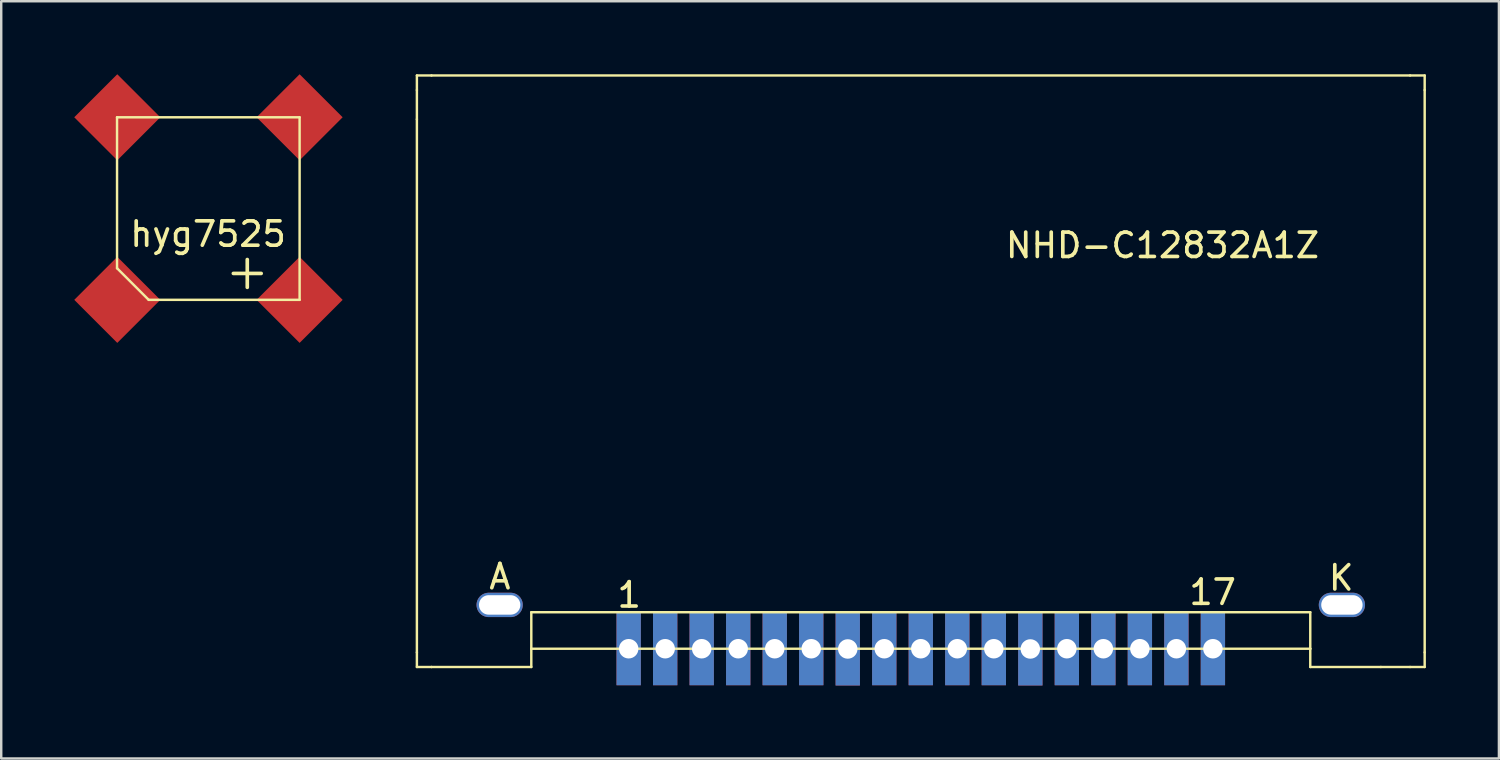
<source format=kicad_pcb>
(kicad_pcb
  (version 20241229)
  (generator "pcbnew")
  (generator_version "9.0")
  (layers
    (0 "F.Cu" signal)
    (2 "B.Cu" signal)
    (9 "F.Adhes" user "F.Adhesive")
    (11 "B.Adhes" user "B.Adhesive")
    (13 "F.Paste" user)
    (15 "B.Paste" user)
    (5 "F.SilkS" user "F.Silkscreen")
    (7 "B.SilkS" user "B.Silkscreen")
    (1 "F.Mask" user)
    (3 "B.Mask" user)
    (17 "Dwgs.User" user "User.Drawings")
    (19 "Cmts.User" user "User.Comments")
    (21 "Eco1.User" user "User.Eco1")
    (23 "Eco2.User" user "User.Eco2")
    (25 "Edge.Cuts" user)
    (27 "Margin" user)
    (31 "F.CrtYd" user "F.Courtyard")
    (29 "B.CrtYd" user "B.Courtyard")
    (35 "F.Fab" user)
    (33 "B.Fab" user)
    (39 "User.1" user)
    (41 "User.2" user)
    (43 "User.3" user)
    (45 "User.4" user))
  (footprint "hyg7525"
    (layer "F.Cu")
    (at 5.508 5.518)
    (property "Reference" "hyg7525" (at -0.01 1.05 0) (layer "F.SilkS") (effects (font (size 1 1) (thickness 0.15))))
    (attr through_hole)
    (fp_line (start -3.75 -3.75) (end 3.75 -3.75) (stroke (width 0.1) (type solid)) (layer "F.SilkS"))
    (fp_line (start -3.75 2.45) (end -3.75 -3.75) (stroke (width 0.1) (type solid)) (layer "F.SilkS"))
    (fp_line (start -2.45 3.75) (end -3.75 2.45) (stroke (width 0.1) (type solid)) (layer "F.SilkS"))
    (fp_line (start 3.75 -3.75) (end 3.75 3.75) (stroke (width 0.1) (type solid)) (layer "F.SilkS"))
    (fp_line (start 3.75 3.75) (end -2.45 3.75) (stroke (width 0.1) (type solid)) (layer "F.SilkS"))
    (fp_text user "+" (at 1.6 2.55 0) (layer "F.SilkS") (effects (font (size 1.5 1.5) (thickness 0.15))))
    (pad "" smd rect (at -3.74 -3.75 45) (size 2.5 2.5) (layers "F.Cu" "F.Mask" "F.Paste"))
    (pad "" smd rect (at -3.74 3.75 45) (size 2.5 2.5) (layers "F.Cu" "F.Mask" "F.Paste"))
    (pad "1" smd rect (at 3.75 3.75 45) (size 2.5 2.5) (layers "F.Cu" "F.Mask" "F.Paste"))
    (pad "2" smd rect (at 3.75 -3.75 45) (size 2.5 2.5) (layers "F.Cu" "F.Mask" "F.Paste")))
  (footprint "NHD-C12832A1Z"
    (layer "F.Cu")
    (at 34.776 12.2)
    (property "Reference" "NHD-C12832A1Z" (at 9.93 -5.17 0) (layer "F.SilkS") (effects (font (size 1 1) (thickness 0.15))))
    (attr through_hole)
    (fp_line (start -20.7 -12.15) (end -20.1 -12.15) (stroke (width 0.1) (type solid)) (layer "F.SilkS"))
    (fp_line (start -20.7 -11.55) (end -20.7 -12.15) (stroke (width 0.1) (type solid)) (layer "F.SilkS"))
    (fp_line (start -20.7 -10.35) (end -20.7 -11.55) (stroke (width 0.1) (type solid)) (layer "F.SilkS"))
    (fp_line (start -20.7 11.55) (end -20.7 -10.35) (stroke (width 0.1) (type solid)) (layer "F.SilkS"))
    (fp_line (start -20.7 12.15) (end -20.7 11.55) (stroke (width 0.1) (type solid)) (layer "F.SilkS"))
    (fp_line (start -20.1 -12.15) (end 20.1 -12.15) (stroke (width 0.1) (type solid)) (layer "F.SilkS"))
    (fp_line (start -20.1 12.15) (end -20.7 12.15) (stroke (width 0.1) (type solid)) (layer "F.SilkS"))
    (fp_line (start -16 9.9) (end -16 11.4) (stroke (width 0.1) (type solid)) (layer "F.SilkS"))
    (fp_line (start -16 11.4) (end -16 12.15) (stroke (width 0.1) (type solid)) (layer "F.SilkS"))
    (fp_line (start -16 12.15) (end -20.1 12.15) (stroke (width 0.1) (type solid)) (layer "F.SilkS"))
    (fp_line (start -12 11.4) (end -16 11.4) (stroke (width 0.1) (type solid)) (layer "F.SilkS"))
    (fp_line (start -10.5 11.4) (end -12 11.4) (stroke (width 0.1) (type solid)) (layer "F.SilkS"))
    (fp_line (start -9 11.4) (end -10.5 11.4) (stroke (width 0.1) (type solid)) (layer "F.SilkS"))
    (fp_line (start -7.5 11.4) (end -9 11.4) (stroke (width 0.1) (type solid)) (layer "F.SilkS"))
    (fp_line (start -6 11.4) (end -7.5 11.4) (stroke (width 0.1) (type solid)) (layer "F.SilkS"))
    (fp_line (start -4.5 11.4) (end -6 11.4) (stroke (width 0.1) (type solid)) (layer "F.SilkS"))
    (fp_line (start -3 11.4) (end -4.5 11.4) (stroke (width 0.1) (type solid)) (layer "F.SilkS"))
    (fp_line (start -1.5 11.4) (end -3 11.4) (stroke (width 0.1) (type solid)) (layer "F.SilkS"))
    (fp_line (start 0 11.4) (end -1.5 11.4) (stroke (width 0.1) (type solid)) (layer "F.SilkS"))
    (fp_line (start 1.5 11.4) (end 0 11.4) (stroke (width 0.1) (type solid)) (layer "F.SilkS"))
    (fp_line (start 3 11.4) (end 1.5 11.4) (stroke (width 0.1) (type solid)) (layer "F.SilkS"))
    (fp_line (start 4.5 11.4) (end 3 11.4) (stroke (width 0.1) (type solid)) (layer "F.SilkS"))
    (fp_line (start 6 11.4) (end 4.5 11.4) (stroke (width 0.1) (type solid)) (layer "F.SilkS"))
    (fp_line (start 7.5 11.4) (end 6 11.4) (stroke (width 0.1) (type solid)) (layer "F.SilkS"))
    (fp_line (start 9 11.4) (end 7.5 11.4) (stroke (width 0.1) (type solid)) (layer "F.SilkS"))
    (fp_line (start 10.5 11.4) (end 9 11.4) (stroke (width 0.1) (type solid)) (layer "F.SilkS"))
    (fp_line (start 12 11.4) (end 10.5 11.4) (stroke (width 0.1) (type solid)) (layer "F.SilkS"))
    (fp_line (start 16 9.9) (end -16 9.9) (stroke (width 0.1) (type solid)) (layer "F.SilkS"))
    (fp_line (start 16 11.4) (end 12 11.4) (stroke (width 0.1) (type solid)) (layer "F.SilkS"))
    (fp_line (start 16 11.4) (end 16 9.9) (stroke (width 0.1) (type solid)) (layer "F.SilkS"))
    (fp_line (start 16 12.15) (end 16 11.4) (stroke (width 0.1) (type solid)) (layer "F.SilkS"))
    (fp_line (start 18.9 12.15) (end 16 12.15) (stroke (width 0.1) (type solid)) (layer "F.SilkS"))
    (fp_line (start 20.1 -12.15) (end 20.7 -12.15) (stroke (width 0.1) (type solid)) (layer "F.SilkS"))
    (fp_line (start 20.1 12.15) (end 18.9 12.15) (stroke (width 0.1) (type solid)) (layer "F.SilkS"))
    (fp_line (start 20.7 -12.15) (end 20.7 -11.55) (stroke (width 0.1) (type solid)) (layer "F.SilkS"))
    (fp_line (start 20.7 -11.55) (end 20.7 11.55) (stroke (width 0.1) (type solid)) (layer "F.SilkS"))
    (fp_line (start 20.7 11.55) (end 20.7 12.15) (stroke (width 0.1) (type solid)) (layer "F.SilkS"))
    (fp_line (start 20.7 12.15) (end 20.1 12.15) (stroke (width 0.1) (type solid)) (layer "F.SilkS"))
    (fp_text user "A" (at -17.29 8.44 0) (layer "F.SilkS") (effects (font (size 1 1) (thickness 0.15))))
    (fp_text user "K" (at 17.27 8.49 0) (layer "F.SilkS") (effects (font (size 1 1) (thickness 0.15))))
    (fp_text user "17" (at 11.99 9.08 0) (layer "F.SilkS") (effects (font (size 1 1) (thickness 0.15))))
    (fp_text user "1" (at -11.98 9.19 0) (layer "F.SilkS") (effects (font (size 1 1) (thickness 0.15))))
    (pad "1" thru_hole rect (at -12 11.4) (size 1 3) (drill 0.8) (layers "*.Cu" "*.Mask"))
    (pad "2" thru_hole rect (at -10.5 11.4) (size 1 3) (drill 0.8) (layers "*.Cu" "*.Mask"))
    (pad "3" thru_hole rect (at -9 11.4) (size 1 3) (drill 0.8) (layers "*.Cu" "*.Mask"))
    (pad "4" thru_hole rect (at -7.5 11.4) (size 1 3) (drill 0.8) (layers "*.Cu" "*.Mask"))
    (pad "5" thru_hole rect (at -6 11.4) (size 1 3) (drill 0.8) (layers "*.Cu" "*.Mask"))
    (pad "6" thru_hole rect (at -4.5 11.4) (size 1 3) (drill 0.8) (layers "*.Cu" "*.Mask"))
    (pad "7" thru_hole rect (at -3 11.41) (size 1 3) (drill 0.8) (layers "*.Cu" "*.Mask"))
    (pad "8" thru_hole rect (at -1.5 11.4) (size 1 3) (drill 0.8) (layers "*.Cu" "*.Mask"))
    (pad "9" thru_hole rect (at 0 11.4) (size 1 3) (drill 0.8) (layers "*.Cu" "*.Mask"))
    (pad "10" thru_hole rect (at 1.5 11.4) (size 1 3) (drill 0.8) (layers "*.Cu" "*.Mask"))
    (pad "11" thru_hole rect (at 3 11.4) (size 1 3) (drill 0.8) (layers "*.Cu" "*.Mask"))
    (pad "12" thru_hole rect (at 4.5 11.41) (size 1 3) (drill 0.8) (layers "*.Cu" "*.Mask"))
    (pad "13" thru_hole rect (at 6 11.4) (size 1 3) (drill 0.8) (layers "*.Cu" "*.Mask"))
    (pad "14" thru_hole rect (at 7.5 11.4) (size 1 3) (drill 0.8) (layers "*.Cu" "*.Mask"))
    (pad "15" thru_hole rect (at 9 11.4) (size 1 3) (drill 0.8) (layers "*.Cu" "*.Mask"))
    (pad "16" thru_hole rect (at 10.5 11.4) (size 1 3) (drill 0.8) (layers "*.Cu" "*.Mask"))
    (pad "17" thru_hole rect (at 12 11.4) (size 1 3) (drill 0.8) (layers "*.Cu" "*.Mask"))
    (pad "A" thru_hole oval (at -17.3 9.6) (size 1.9 1) (drill oval 1.7 0.8) (layers "*.Cu" "*.Mask"))
    (pad "K" thru_hole oval (at 17.3 9.6) (size 1.9 1) (drill oval 1.7 0.8) (layers "*.Cu" "*.Mask")))
  (gr_rect
    (start -3 -3)
    (end 58.526 28.11)
    (stroke (width 0.1) (type default))
    (fill no)
    (layer "Edge.Cuts")))
</source>
